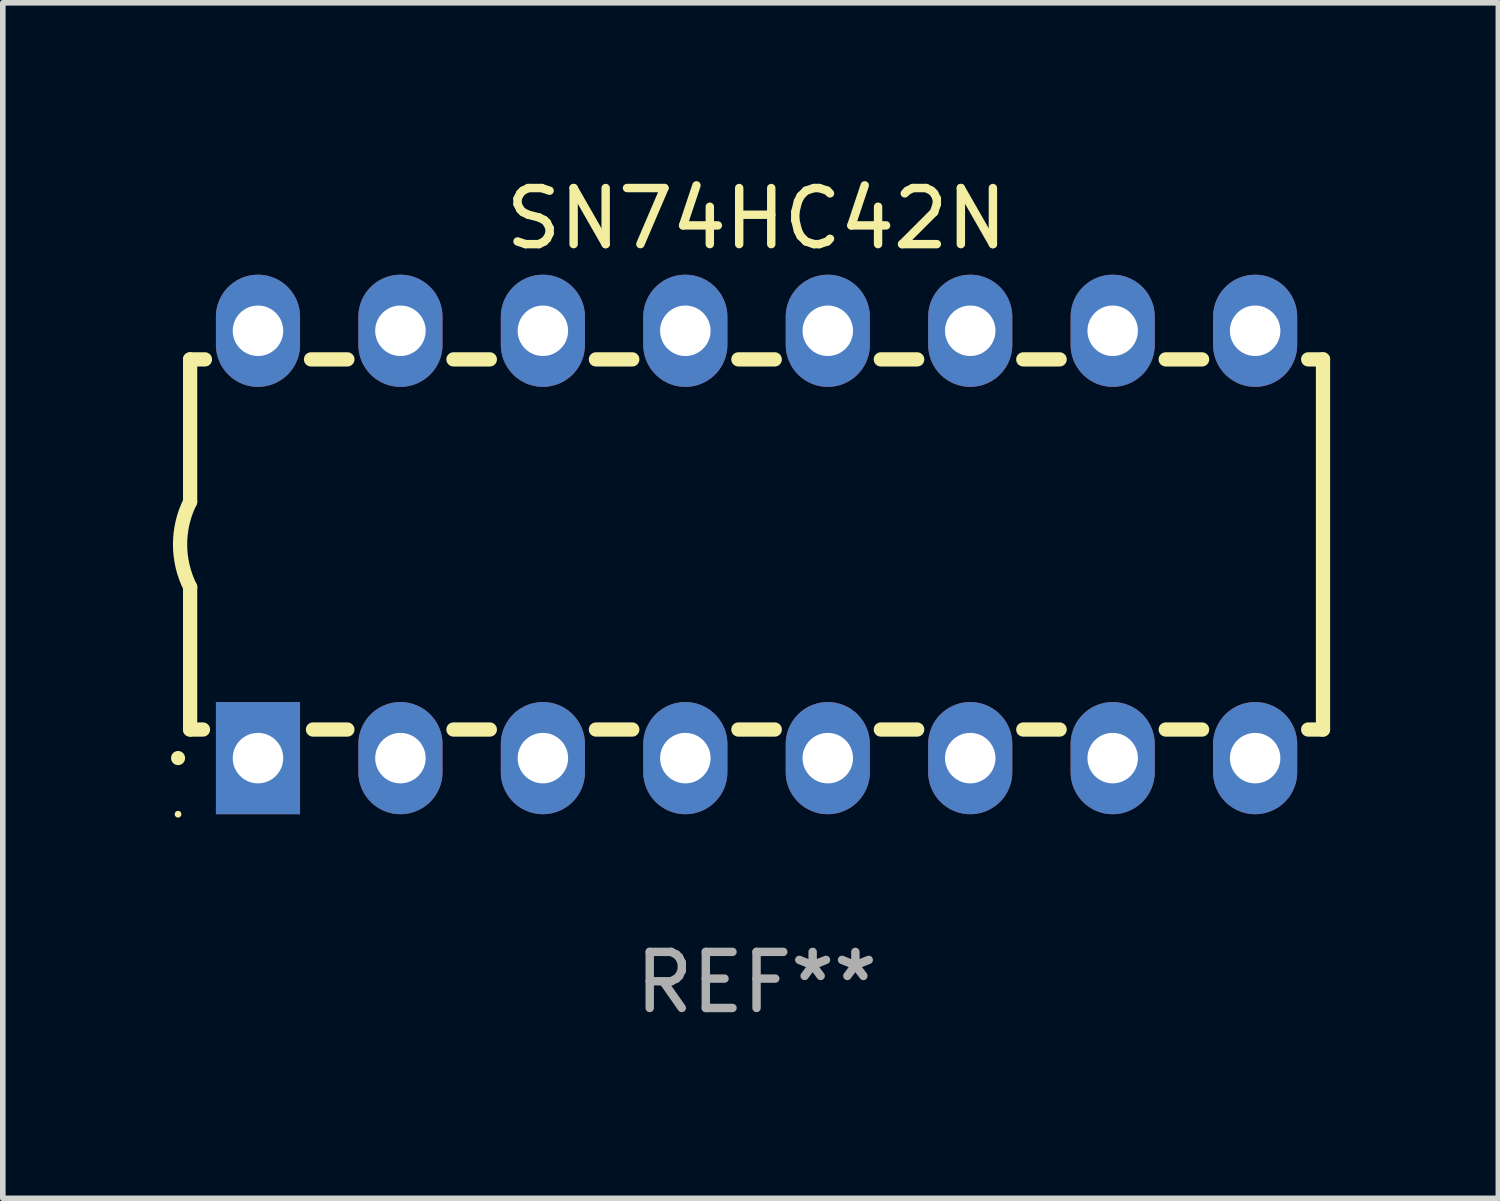
<source format=kicad_pcb>
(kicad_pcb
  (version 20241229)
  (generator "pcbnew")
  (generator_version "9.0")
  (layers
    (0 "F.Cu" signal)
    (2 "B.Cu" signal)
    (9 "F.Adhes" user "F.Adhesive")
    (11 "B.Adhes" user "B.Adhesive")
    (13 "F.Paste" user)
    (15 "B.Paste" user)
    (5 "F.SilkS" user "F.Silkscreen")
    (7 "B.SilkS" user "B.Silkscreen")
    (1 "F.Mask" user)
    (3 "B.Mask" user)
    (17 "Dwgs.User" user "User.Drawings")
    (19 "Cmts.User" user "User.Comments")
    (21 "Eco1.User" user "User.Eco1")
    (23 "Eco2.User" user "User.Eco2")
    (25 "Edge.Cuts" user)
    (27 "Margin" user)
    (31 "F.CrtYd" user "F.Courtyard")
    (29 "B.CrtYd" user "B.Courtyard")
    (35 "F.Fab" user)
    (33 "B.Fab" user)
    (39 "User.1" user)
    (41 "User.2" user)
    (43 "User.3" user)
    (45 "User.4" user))
  (footprint "SN74HC42N"
    (layer "F.Cu")
    (at 10.44 6.658)
    (property "Reference" "SN74HC42N" (at 0 -5.81 0) (layer "F.SilkS") (effects (font (size 1 1) (thickness 0.15))))
    (attr through_hole)
    (fp_line (start -10.1 -3.3) (end -10.1 -0.762) (stroke (width 0.254) (type solid)) (layer "F.SilkS"))
    (fp_line (start -10.1 -3.3) (end -9.836 -3.3) (stroke (width 0.254) (type solid)) (layer "F.SilkS"))
    (fp_line (start -10.1 3.3) (end -10.1 0.762) (stroke (width 0.254) (type solid)) (layer "F.SilkS"))
    (fp_line (start -9.871 3.3) (end -10.1 3.3) (stroke (width 0.254) (type solid)) (layer "F.SilkS"))
    (fp_line (start -7.944 -3.3) (end -7.296 -3.3) (stroke (width 0.254) (type solid)) (layer "F.SilkS"))
    (fp_line (start -7.296 3.3) (end -7.909 3.3) (stroke (width 0.254) (type solid)) (layer "F.SilkS"))
    (fp_line (start -5.404 -3.3) (end -4.756 -3.3) (stroke (width 0.254) (type solid)) (layer "F.SilkS"))
    (fp_line (start -4.756 3.3) (end -5.404 3.3) (stroke (width 0.254) (type solid)) (layer "F.SilkS"))
    (fp_line (start -2.864 -3.3) (end -2.216 -3.3) (stroke (width 0.254) (type solid)) (layer "F.SilkS"))
    (fp_line (start -2.216 3.3) (end -2.864 3.3) (stroke (width 0.254) (type solid)) (layer "F.SilkS"))
    (fp_line (start -0.324 -3.3) (end 0.324 -3.3) (stroke (width 0.254) (type solid)) (layer "F.SilkS"))
    (fp_line (start 0.324 3.3) (end -0.324 3.3) (stroke (width 0.254) (type solid)) (layer "F.SilkS"))
    (fp_line (start 2.216 -3.3) (end 2.864 -3.3) (stroke (width 0.254) (type solid)) (layer "F.SilkS"))
    (fp_line (start 2.864 3.3) (end 2.216 3.3) (stroke (width 0.254) (type solid)) (layer "F.SilkS"))
    (fp_line (start 4.756 -3.3) (end 5.404 -3.3) (stroke (width 0.254) (type solid)) (layer "F.SilkS"))
    (fp_line (start 5.404 3.3) (end 4.756 3.3) (stroke (width 0.254) (type solid)) (layer "F.SilkS"))
    (fp_line (start 7.296 -3.3) (end 7.944 -3.3) (stroke (width 0.254) (type solid)) (layer "F.SilkS"))
    (fp_line (start 7.944 3.3) (end 7.296 3.3) (stroke (width 0.254) (type solid)) (layer "F.SilkS"))
    (fp_line (start 9.836 -3.3) (end 10.1 -3.3) (stroke (width 0.254) (type solid)) (layer "F.SilkS"))
    (fp_line (start 10.1 3.3) (end 9.836 3.3) (stroke (width 0.254) (type solid)) (layer "F.SilkS"))
    (fp_line (start 10.1 3.3) (end 10.1 -3.3) (stroke (width 0.254) (type solid)) (layer "F.SilkS"))
    (fp_arc (start -10.314948 3.810008) (mid -10.314955 3.808738) (end -10.314948 3.807468) (stroke (width 0.25) (type solid)) (layer "F.SilkS"))
    (fp_arc (start -10.099048 0.762001) (mid -10.279271 0.000116) (end -10.100038 -0.762002) (stroke (width 0.254001) (type solid)) (layer "F.SilkS"))
    (fp_circle (center -10.315 4.81) (end -10.285 4.81) (stroke (width 0.06) (type solid)) (fill no) (layer "F.SilkS"))
    (fp_text user "REF**" (at 0 7.81 0) (layer "F.Fab") (effects (font (size 1 1) (thickness 0.15))))
    (pad "1" thru_hole rect (at -8.89 3.81 90) (size 2 1.5) (drill 0.9) (layers "*.Cu" "*.Mask"))
    (pad "2" thru_hole oval (at -6.35 3.81 90) (size 2 1.5) (drill 0.9) (layers "*.Cu" "*.Mask"))
    (pad "3" thru_hole oval (at -3.81 3.81 90) (size 2 1.5) (drill 0.9) (layers "*.Cu" "*.Mask"))
    (pad "4" thru_hole oval (at -1.27 3.81 90) (size 2 1.5) (drill 0.9) (layers "*.Cu" "*.Mask"))
    (pad "5" thru_hole oval (at 1.27 3.81 90) (size 2 1.5) (drill 0.9) (layers "*.Cu" "*.Mask"))
    (pad "6" thru_hole oval (at 3.81 3.81 90) (size 2 1.5) (drill 0.9) (layers "*.Cu" "*.Mask"))
    (pad "7" thru_hole oval (at 6.35 3.81 90) (size 2 1.5) (drill 0.9) (layers "*.Cu" "*.Mask"))
    (pad "8" thru_hole oval (at 8.89 3.81 90) (size 2 1.5) (drill 0.9) (layers "*.Cu" "*.Mask"))
    (pad "9" thru_hole oval (at 8.89 -3.81 90) (size 2 1.5) (drill 0.9) (layers "*.Cu" "*.Mask"))
    (pad "10" thru_hole oval (at 6.35 -3.81 90) (size 2 1.5) (drill 0.9) (layers "*.Cu" "*.Mask"))
    (pad "11" thru_hole oval (at 3.81 -3.81 90) (size 2 1.5) (drill 0.9) (layers "*.Cu" "*.Mask"))
    (pad "12" thru_hole oval (at 1.27 -3.81 90) (size 2 1.5) (drill 0.9) (layers "*.Cu" "*.Mask"))
    (pad "13" thru_hole oval (at -1.27 -3.81 90) (size 2 1.5) (drill 0.9) (layers "*.Cu" "*.Mask"))
    (pad "14" thru_hole oval (at -3.81 -3.81 90) (size 2 1.5) (drill 0.9) (layers "*.Cu" "*.Mask"))
    (pad "15" thru_hole oval (at -6.35 -3.81 90) (size 2 1.5) (drill 0.9) (layers "*.Cu" "*.Mask"))
    (pad "16" thru_hole oval (at -8.89 -3.81 90) (size 2 1.5) (drill 0.9) (layers "*.Cu" "*.Mask")))
  (gr_rect
    (start -3 -3)
    (end 23.667 18.317)
    (stroke (width 0.1) (type default))
    (fill no)
    (layer "Edge.Cuts")))
</source>
